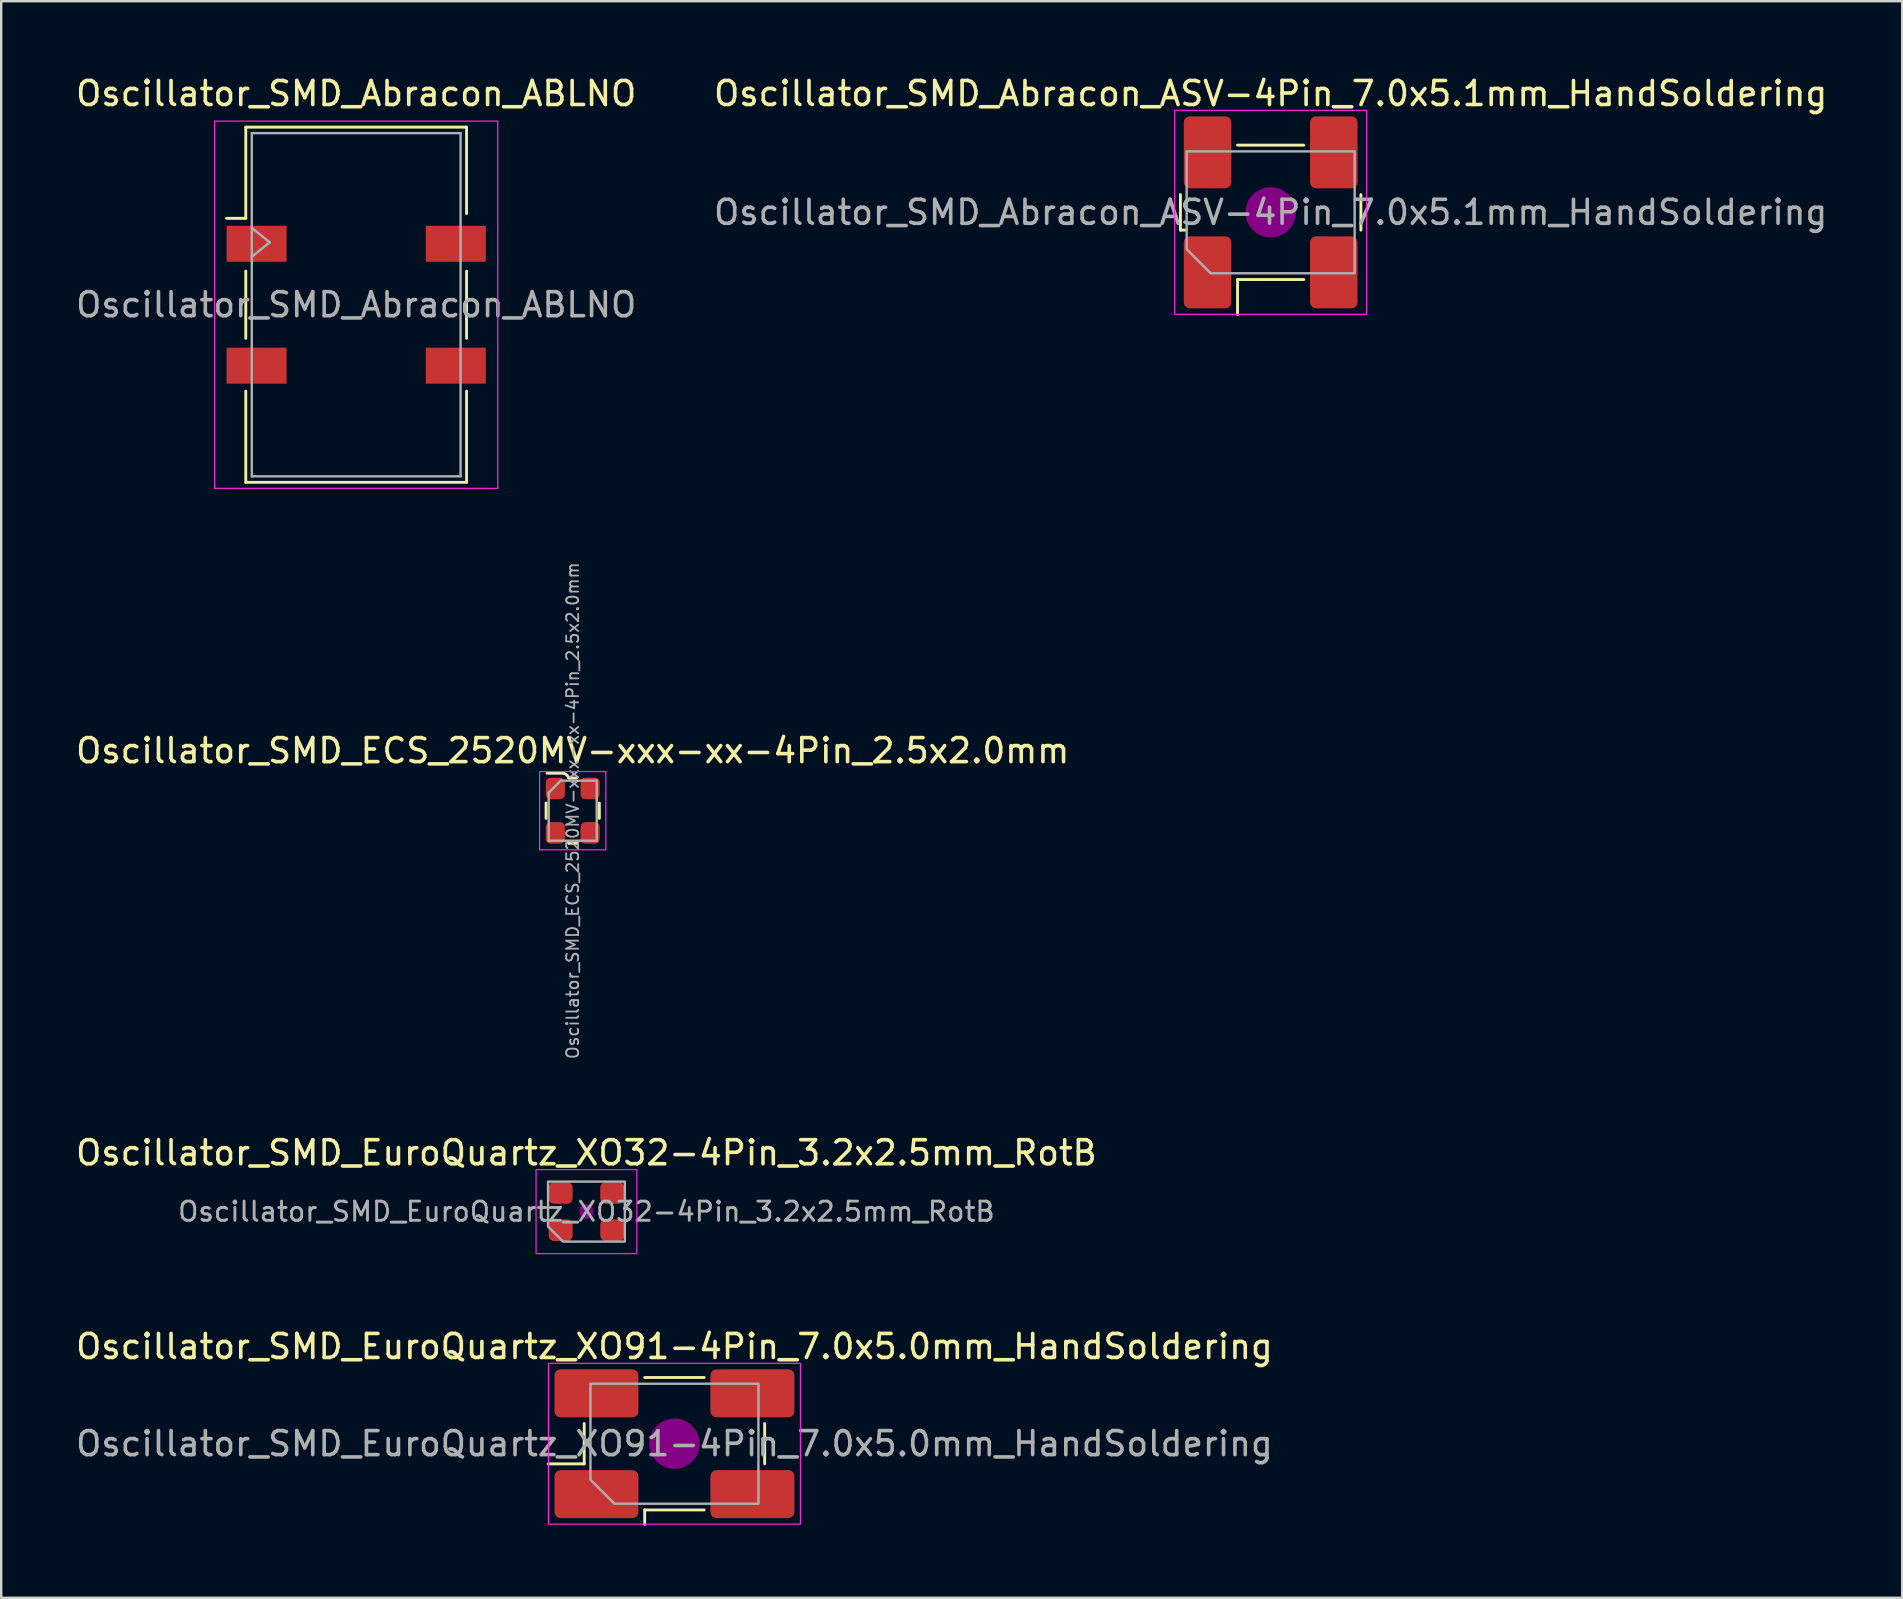
<source format=kicad_pcb>
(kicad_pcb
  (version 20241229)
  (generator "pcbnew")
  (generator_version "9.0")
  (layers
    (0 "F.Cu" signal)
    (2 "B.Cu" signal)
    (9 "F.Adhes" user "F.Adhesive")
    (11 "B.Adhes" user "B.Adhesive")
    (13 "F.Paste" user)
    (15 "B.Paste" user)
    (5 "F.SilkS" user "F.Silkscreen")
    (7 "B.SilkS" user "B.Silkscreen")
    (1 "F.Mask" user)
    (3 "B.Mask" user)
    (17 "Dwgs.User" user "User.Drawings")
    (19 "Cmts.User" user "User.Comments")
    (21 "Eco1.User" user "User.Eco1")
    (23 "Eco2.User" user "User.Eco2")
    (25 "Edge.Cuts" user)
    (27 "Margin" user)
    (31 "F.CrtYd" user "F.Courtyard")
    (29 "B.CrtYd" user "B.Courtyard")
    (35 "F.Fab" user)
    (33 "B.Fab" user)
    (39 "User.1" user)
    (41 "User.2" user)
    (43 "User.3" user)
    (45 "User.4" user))
  (footprint "Oscillator_SMD_EuroQuartz_XO91-4Pin_7.0x5.0mm_HandSoldering"
    (layer "F.Cu")
    (at 25.054 57.11)
    (property "Reference" "Oscillator_SMD_EuroQuartz_XO91-4Pin_7.0x5.0mm_HandSoldering" (at 0 -4.05 0) (layer "F.SilkS") (effects (font (size 1 1) (thickness 0.15))))
    (attr smd)
    (fp_line (start -5.26 0.84) (end -3.76 0.84) (stroke (width 0.12) (type solid)) (layer "F.SilkS"))
    (fp_line (start -3.76 0.84) (end -3.76 -0.84) (stroke (width 0.12) (type solid)) (layer "F.SilkS"))
    (fp_line (start -1.24 -2.76) (end 1.24 -2.76) (stroke (width 0.12) (type solid)) (layer "F.SilkS"))
    (fp_line (start -1.24 2.76) (end -1.24 3.36) (stroke (width 0.12) (type solid)) (layer "F.SilkS"))
    (fp_line (start 1.24 2.76) (end -1.24 2.76) (stroke (width 0.12) (type solid)) (layer "F.SilkS"))
    (fp_line (start 3.76 -0.84) (end 3.76 0.84) (stroke (width 0.12) (type solid)) (layer "F.SilkS"))
    (fp_circle (center 0 0) (end 1 0) (stroke (width 0.1) (type solid)) (fill yes) (layer "F.Adhes"))
    (fp_rect (start -5.25 -3.35) (end 5.25 3.35) (stroke (width 0.05) (type solid)) (fill no) (layer "F.CrtYd"))
    (fp_poly (pts (xy -3.5 -2.5) (xy -3.5 1.5) (xy -2.5 2.5) (xy 3.5 2.5) (xy 3.5 -2.5)) (stroke (width 0.1) (type solid)) (fill no) (layer "F.Fab"))
    (fp_text user "${REFERENCE}" (at 0 0 0) (layer "F.Fab") (effects (font (size 1 1) (thickness 0.15))))
    (pad "1" smd roundrect (at -3.25 2.1) (size 3.5 2) (layers "F.Cu" "F.Mask" "F.Paste") (roundrect_rratio 0.125))
    (pad "2" smd roundrect (at 3.25 2.1) (size 3.5 2) (layers "F.Cu" "F.Mask" "F.Paste") (roundrect_rratio 0.125))
    (pad "3" smd roundrect (at 3.25 -2.1) (size 3.5 2) (layers "F.Cu" "F.Mask" "F.Paste") (roundrect_rratio 0.125))
    (pad "4" smd roundrect (at -3.25 -2.1) (size 3.5 2) (layers "F.Cu" "F.Mask" "F.Paste") (roundrect_rratio 0.125)))
  (footprint "Oscillator_SMD_ECS_2520MV-xxx-xx-4Pin_2.5x2.0mm"
    (layer "F.Cu")
    (at 20.815 30.731)
    (property "Reference" "Oscillator_SMD_ECS_2520MV-xxx-xx-4Pin_2.5x2.0mm" (at 0 -2.5 0) (layer "F.SilkS") (effects (font (size 1 1) (thickness 0.15))))
    (attr smd)
    (fp_line (start -1.11 0.32) (end -1.11 -0.32) (stroke (width 0.12) (type solid)) (layer "F.SilkS"))
    (fp_line (start -0.38 -1.56) (end -1.07 -1.56) (stroke (width 0.12) (type solid)) (layer "F.SilkS"))
    (fp_line (start -0.17 1.36) (end 0.17 1.36) (stroke (width 0.12) (type solid)) (layer "F.SilkS"))
    (fp_line (start -0.16 -1.36) (end 0.17 -1.36) (stroke (width 0.12) (type solid)) (layer "F.SilkS"))
    (fp_line (start 1.11 0.32) (end 1.11 -0.32) (stroke (width 0.12) (type solid)) (layer "F.SilkS"))
    (fp_arc (start -0.38 -1.56) (mid -0.246393 -1.485967) (end -0.16 -1.36) (stroke (width 0.12) (type solid)) (layer "F.SilkS"))
    (fp_line (start -1.38 -1.63) (end -1.38 1.63) (stroke (width 0.05) (type solid)) (layer "F.CrtYd"))
    (fp_line (start -1.38 -1.63) (end 1.38 -1.63) (stroke (width 0.05) (type solid)) (layer "F.CrtYd"))
    (fp_line (start -1.38 1.63) (end 1.38 1.63) (stroke (width 0.05) (type solid)) (layer "F.CrtYd"))
    (fp_line (start 1.38 -1.63) (end 1.38 1.63) (stroke (width 0.05) (type solid)) (layer "F.CrtYd"))
    (fp_line (start -1 -0.75) (end -1 1.25) (stroke (width 0.1) (type solid)) (layer "F.Fab"))
    (fp_line (start -1 -0.75) (end -0.5 -1.25) (stroke (width 0.1) (type solid)) (layer "F.Fab"))
    (fp_line (start -1 1.25) (end 1 1.25) (stroke (width 0.1) (type solid)) (layer "F.Fab"))
    (fp_line (start -0.5 -1.25) (end 1 -1.25) (stroke (width 0.1) (type solid)) (layer "F.Fab"))
    (fp_line (start 1 -1.25) (end 1 1.25) (stroke (width 0.1) (type solid)) (layer "F.Fab"))
    (fp_text user "${REFERENCE}" (at 0 0 90) (layer "F.Fab") (effects (font (size 0.5 0.5) (thickness 0.075))))
    (pad "1" smd roundrect (at -0.725 -0.925) (size 0.8 0.9) (layers "F.Cu" "F.Mask" "F.Paste") (roundrect_rratio 0.25))
    (pad "2" smd roundrect (at -0.725 0.925) (size 0.8 0.9) (layers "F.Cu" "F.Mask" "F.Paste") (roundrect_rratio 0.25))
    (pad "3" smd roundrect (at 0.725 0.925) (size 0.8 0.9) (layers "F.Cu" "F.Mask" "F.Paste") (roundrect_rratio 0.25))
    (pad "4" smd roundrect (at 0.725 -0.925) (size 0.8 0.9) (layers "F.Cu" "F.Mask" "F.Paste") (roundrect_rratio 0.25)))
  (footprint "Oscillator_SMD_EuroQuartz_XO32-4Pin_3.2x2.5mm_RotB"
    (layer "F.Cu")
    (at 21.387 47.437)
    (property "Reference" "Oscillator_SMD_EuroQuartz_XO32-4Pin_3.2x2.5mm_RotB" (at 0 -2.45 0) (layer "F.SilkS") (effects (font (size 1 1) (thickness 0.15))))
    (attr smd)
    (fp_circle (center 0 0) (end 0.25 0) (stroke (width 0.1) (type solid)) (fill yes) (layer "F.Adhes"))
    (fp_rect (start -2.1 -1.75) (end 2.1 1.75) (stroke (width 0.05) (type solid)) (fill no) (layer "F.CrtYd"))
    (fp_poly (pts (xy -1.6 -1.25) (xy -1.6 0.625) (xy -0.975 1.25) (xy 1.6 1.25) (xy 1.6 -1.25)) (stroke (width 0.1) (type solid)) (fill no) (layer "F.Fab"))
    (fp_text user "${REFERENCE}" (at 0 0 0) (layer "F.Fab") (effects (font (size 0.8 0.8) (thickness 0.12))))
    (pad "1" smd roundrect (at -1.075 0.775) (size 1 0.9) (layers "F.Cu" "F.Mask" "F.Paste") (roundrect_rratio 0.25))
    (pad "2" smd roundrect (at 1.075 0.775) (size 1 0.9) (layers "F.Cu" "F.Mask" "F.Paste") (roundrect_rratio 0.25))
    (pad "3" smd roundrect (at 1.075 -0.775) (size 1 0.9) (layers "F.Cu" "F.Mask" "F.Paste") (roundrect_rratio 0.25))
    (pad "4" smd roundrect (at -1.075 -0.775) (size 1 0.9) (layers "F.Cu" "F.Mask" "F.Paste") (roundrect_rratio 0.25)))
  (footprint "Oscillator_SMD_Abracon_ABLNO"
    (layer "F.Cu")
    (at 11.792 9.648)
    (property "Reference" "Oscillator_SMD_Abracon_ABLNO" (at 0 -8.8 0) (layer "F.SilkS") (effects (font (size 1 1) (thickness 0.15))))
    (attr smd)
    (fp_line (start -4.6 -7.4) (end 4.6 -7.4) (stroke (width 0.12) (type solid)) (layer "F.SilkS"))
    (fp_line (start -4.6 -3.6) (end -5.4 -3.6) (stroke (width 0.12) (type solid)) (layer "F.SilkS"))
    (fp_line (start -4.6 -3.6) (end -4.6 -7.4) (stroke (width 0.12) (type solid)) (layer "F.SilkS"))
    (fp_line (start -4.6 -1.4) (end -4.6 1.4) (stroke (width 0.12) (type solid)) (layer "F.SilkS"))
    (fp_line (start -4.6 7.4) (end -4.6 3.6) (stroke (width 0.12) (type solid)) (layer "F.SilkS"))
    (fp_line (start 4.6 -3.8) (end 4.6 -7.4) (stroke (width 0.12) (type solid)) (layer "F.SilkS"))
    (fp_line (start 4.6 1.4) (end 4.6 -1.4) (stroke (width 0.12) (type solid)) (layer "F.SilkS"))
    (fp_line (start 4.6 3.6) (end 4.6 7.4) (stroke (width 0.12) (type solid)) (layer "F.SilkS"))
    (fp_line (start 4.6 7.4) (end -4.6 7.4) (stroke (width 0.12) (type solid)) (layer "F.SilkS"))
    (fp_line (start -5.9 -7.65) (end 5.9 -7.65) (stroke (width 0.05) (type solid)) (layer "F.CrtYd"))
    (fp_line (start -5.9 7.65) (end -5.9 -7.65) (stroke (width 0.05) (type solid)) (layer "F.CrtYd"))
    (fp_line (start 5.9 -7.65) (end 5.9 7.65) (stroke (width 0.05) (type solid)) (layer "F.CrtYd"))
    (fp_line (start 5.9 7.65) (end -5.9 7.65) (stroke (width 0.05) (type solid)) (layer "F.CrtYd"))
    (fp_line (start -4.35 -7.15) (end 4.35 -7.15) (stroke (width 0.1) (type solid)) (layer "F.Fab"))
    (fp_line (start -4.35 -3.2) (end -3.6 -2.6) (stroke (width 0.1) (type solid)) (layer "F.Fab"))
    (fp_line (start -4.35 7.15) (end -4.35 -7.15) (stroke (width 0.1) (type solid)) (layer "F.Fab"))
    (fp_line (start -3.6 -2.6) (end -4.35 -2) (stroke (width 0.1) (type solid)) (layer "F.Fab"))
    (fp_line (start 4.35 -7.15) (end 4.35 7.15) (stroke (width 0.1) (type solid)) (layer "F.Fab"))
    (fp_line (start 4.35 7.15) (end -4.35 7.15) (stroke (width 0.1) (type solid)) (layer "F.Fab"))
    (fp_text user "${REFERENCE}" (at 0 0 0) (layer "F.Fab") (effects (font (size 1 1) (thickness 0.15))))
    (pad "1" smd rect (at -2.9 -2.54 270) (size 1.5 2.5) (drill (offset 0 1.25)) (layers "F.Cu" "F.Mask" "F.Paste"))
    (pad "2" smd rect (at -2.9 2.54 270) (size 1.5 2.5) (drill (offset 0 1.25)) (layers "F.Cu" "F.Mask" "F.Paste"))
    (pad "3" smd rect (at 2.9 2.54 270) (size 1.5 2.5) (drill (offset 0 -1.25)) (layers "F.Cu" "F.Mask" "F.Paste"))
    (pad "4" smd rect (at 2.9 -2.54 270) (size 1.5 2.5) (drill (offset 0 -1.25)) (layers "F.Cu" "F.Mask" "F.Paste")))
  (footprint "Oscillator_SMD_Abracon_ASV-4Pin_7.0x5.1mm_HandSoldering"
    (layer "F.Cu")
    (at 49.899 5.798)
    (property "Reference" "Oscillator_SMD_Abracon_ASV-4Pin_7.0x5.1mm_HandSoldering" (at 0 -4.95 0) (layer "F.SilkS") (effects (font (size 1 1) (thickness 0.15))))
    (attr smd)
    (fp_line (start -3.76 0.74) (end -3.76 -0.74) (stroke (width 0.12) (type solid)) (layer "F.SilkS"))
    (fp_line (start -3.52 0.74) (end -3.76 0.74) (stroke (width 0.12) (type solid)) (layer "F.SilkS"))
    (fp_line (start -1.38 -2.8) (end 1.38 -2.8) (stroke (width 0.12) (type solid)) (layer "F.SilkS"))
    (fp_line (start -1.38 2.8) (end -1.38 4.26) (stroke (width 0.12) (type solid)) (layer "F.SilkS"))
    (fp_line (start 1.38 2.8) (end -1.38 2.8) (stroke (width 0.12) (type solid)) (layer "F.SilkS"))
    (fp_line (start 3.76 -0.74) (end 3.76 0.74) (stroke (width 0.12) (type solid)) (layer "F.SilkS"))
    (fp_circle (center 0 0) (end 1 0) (stroke (width 0.1) (type solid)) (fill yes) (layer "F.Adhes"))
    (fp_rect (start -4 -4.25) (end 4 4.25) (stroke (width 0.05) (type solid)) (fill no) (layer "F.CrtYd"))
    (fp_poly (pts (xy -3.5 -2.54) (xy -3.5 1.54) (xy -2.5 2.54) (xy 3.5 2.54) (xy 3.5 -2.54)) (stroke (width 0.1) (type solid)) (fill no) (layer "F.Fab"))
    (fp_text user "${REFERENCE}" (at 0 0 0) (layer "F.Fab") (effects (font (size 1 1) (thickness 0.15))))
    (pad "1" smd roundrect (at -2.63 2.5) (size 1.98 3) (layers "F.Cu" "F.Mask" "F.Paste") (roundrect_rratio 0.126))
    (pad "2" smd roundrect (at 2.63 2.5) (size 1.98 3) (layers "F.Cu" "F.Mask" "F.Paste") (roundrect_rratio 0.126))
    (pad "3" smd roundrect (at 2.63 -2.5) (size 1.98 3) (layers "F.Cu" "F.Mask" "F.Paste") (roundrect_rratio 0.126))
    (pad "4" smd roundrect (at -2.63 -2.5) (size 1.98 3) (layers "F.Cu" "F.Mask" "F.Paste") (roundrect_rratio 0.126)))
  (gr_rect
    (start -3 -3)
    (end 76.214 63.53)
    (stroke (width 0.1) (type default))
    (fill no)
    (layer "Edge.Cuts")))
</source>
